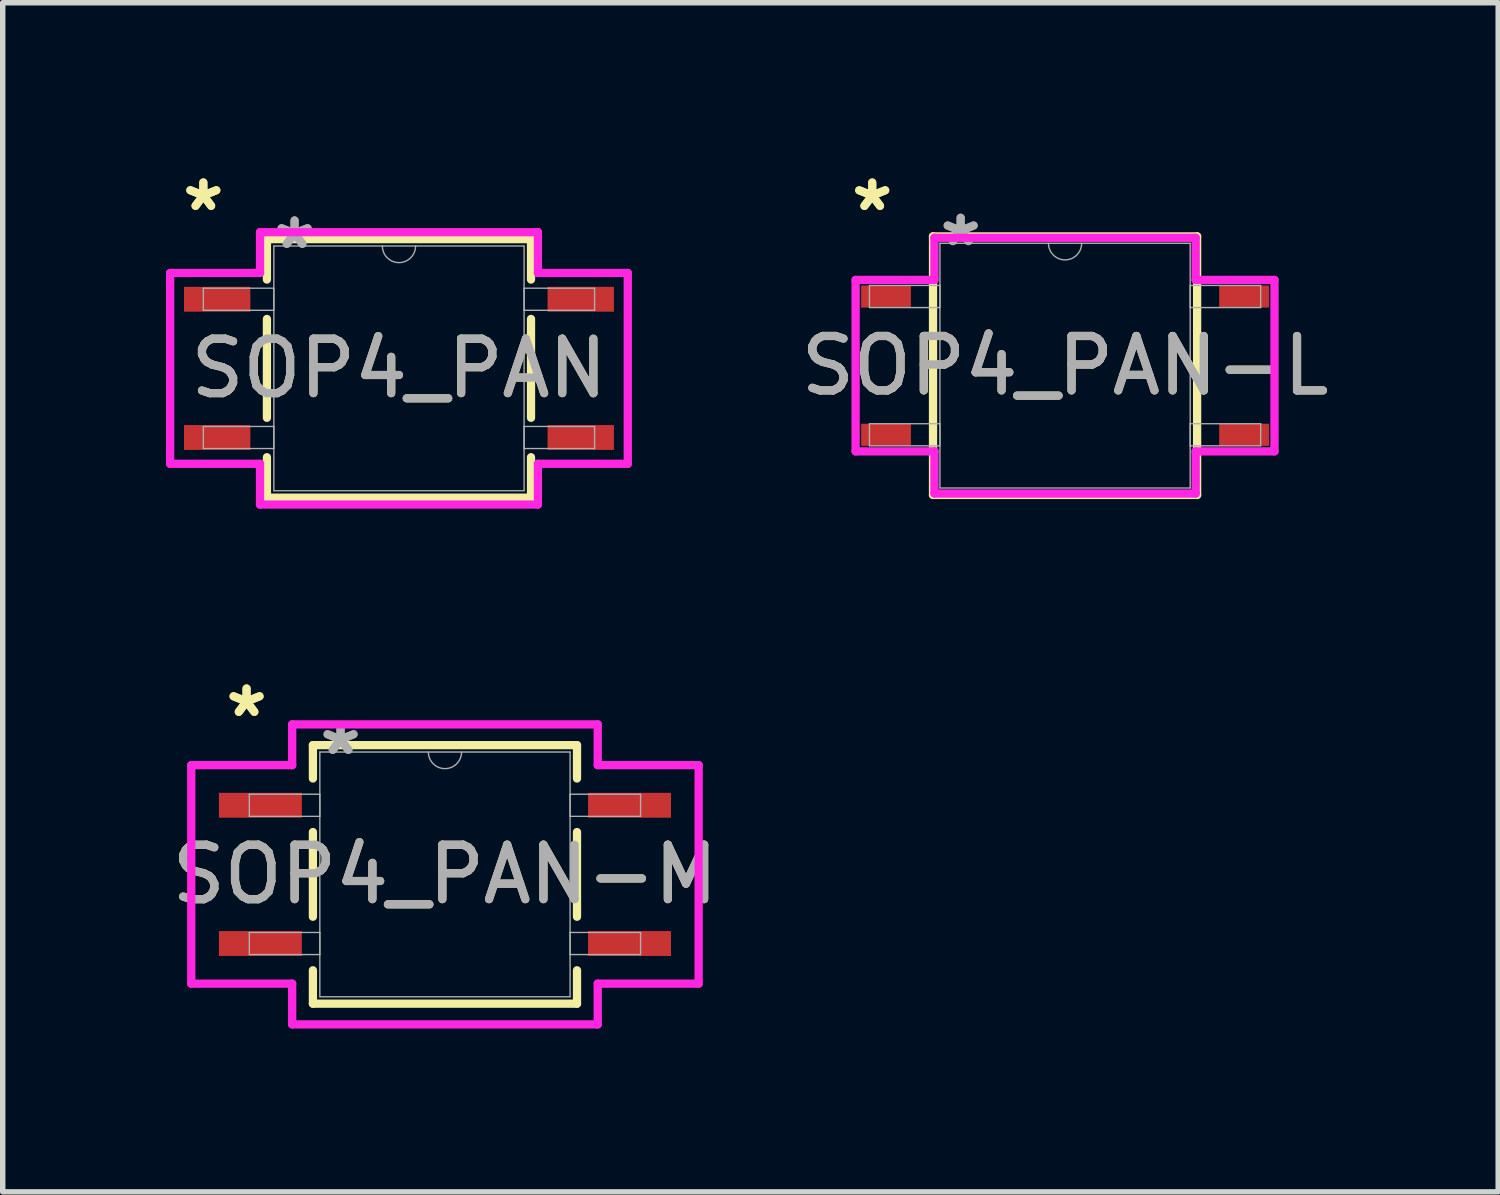
<source format=kicad_pcb>
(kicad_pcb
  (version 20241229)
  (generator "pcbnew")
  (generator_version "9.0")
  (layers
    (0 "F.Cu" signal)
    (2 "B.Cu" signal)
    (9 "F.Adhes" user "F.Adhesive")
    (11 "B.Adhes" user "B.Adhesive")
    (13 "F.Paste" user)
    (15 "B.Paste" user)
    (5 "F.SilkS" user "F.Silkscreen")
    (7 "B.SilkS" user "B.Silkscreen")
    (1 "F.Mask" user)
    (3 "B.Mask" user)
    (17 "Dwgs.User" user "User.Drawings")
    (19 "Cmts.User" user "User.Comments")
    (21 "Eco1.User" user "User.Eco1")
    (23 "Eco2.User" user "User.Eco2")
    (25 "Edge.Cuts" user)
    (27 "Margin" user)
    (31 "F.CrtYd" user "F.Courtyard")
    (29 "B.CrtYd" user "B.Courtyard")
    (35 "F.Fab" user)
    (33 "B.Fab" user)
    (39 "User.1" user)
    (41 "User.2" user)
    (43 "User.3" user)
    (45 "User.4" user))
  (footprint "SOP4_PAN"
    (layer "F.Cu")
    (at 4.28 3.718)
    (property "Reference" "SOP4_PAN" (at 0 0 0) (unlocked yes) (layer "F.SilkS") (effects (font (size 1 1) (thickness 0.15))))
    (attr smd)
    (fp_line (start -2.426 -2.375) (end -2.426 -1.632) (stroke (width 0.152) (type solid)) (layer "F.SilkS"))
    (fp_line (start -2.426 -0.908) (end -2.426 0.908) (stroke (width 0.152) (type solid)) (layer "F.SilkS"))
    (fp_line (start -2.426 1.632) (end -2.426 2.375) (stroke (width 0.152) (type solid)) (layer "F.SilkS"))
    (fp_line (start -2.426 2.375) (end 2.426 2.375) (stroke (width 0.152) (type solid)) (layer "F.SilkS"))
    (fp_line (start 2.426 -2.375) (end -2.426 -2.375) (stroke (width 0.152) (type solid)) (layer "F.SilkS"))
    (fp_line (start 2.426 -1.632) (end 2.426 -2.375) (stroke (width 0.152) (type solid)) (layer "F.SilkS"))
    (fp_line (start 2.426 0.908) (end 2.426 -0.908) (stroke (width 0.152) (type solid)) (layer "F.SilkS"))
    (fp_line (start 2.426 2.375) (end 2.426 1.632) (stroke (width 0.152) (type solid)) (layer "F.SilkS"))
    (fp_line (start -4.204 -1.753) (end -2.553 -1.753) (stroke (width 0.152) (type solid)) (layer "F.CrtYd"))
    (fp_line (start -4.204 1.753) (end -4.204 -1.753) (stroke (width 0.152) (type solid)) (layer "F.CrtYd"))
    (fp_line (start -4.204 1.753) (end -2.553 1.753) (stroke (width 0.152) (type solid)) (layer "F.CrtYd"))
    (fp_line (start -2.553 -2.502) (end 2.553 -2.502) (stroke (width 0.152) (type solid)) (layer "F.CrtYd"))
    (fp_line (start -2.553 -1.753) (end -2.553 -2.502) (stroke (width 0.152) (type solid)) (layer "F.CrtYd"))
    (fp_line (start -2.553 2.502) (end -2.553 1.753) (stroke (width 0.152) (type solid)) (layer "F.CrtYd"))
    (fp_line (start 2.553 -2.502) (end 2.553 -1.753) (stroke (width 0.152) (type solid)) (layer "F.CrtYd"))
    (fp_line (start 2.553 1.753) (end 2.553 2.502) (stroke (width 0.152) (type solid)) (layer "F.CrtYd"))
    (fp_line (start 2.553 2.502) (end -2.553 2.502) (stroke (width 0.152) (type solid)) (layer "F.CrtYd"))
    (fp_line (start 4.204 -1.753) (end 2.553 -1.753) (stroke (width 0.152) (type solid)) (layer "F.CrtYd"))
    (fp_line (start 4.204 -1.753) (end 4.204 1.753) (stroke (width 0.152) (type solid)) (layer "F.CrtYd"))
    (fp_line (start 4.204 1.753) (end 2.553 1.753) (stroke (width 0.152) (type solid)) (layer "F.CrtYd"))
    (fp_line (start -3.594 -1.473) (end -3.594 -1.067) (stroke (width 0.025) (type solid)) (layer "F.Fab"))
    (fp_line (start -3.594 -1.067) (end -2.299 -1.067) (stroke (width 0.025) (type solid)) (layer "F.Fab"))
    (fp_line (start -3.594 1.067) (end -3.594 1.473) (stroke (width 0.025) (type solid)) (layer "F.Fab"))
    (fp_line (start -3.594 1.473) (end -2.299 1.473) (stroke (width 0.025) (type solid)) (layer "F.Fab"))
    (fp_line (start -2.299 -2.248) (end -2.299 2.248) (stroke (width 0.025) (type solid)) (layer "F.Fab"))
    (fp_line (start -2.299 -1.473) (end -3.594 -1.473) (stroke (width 0.025) (type solid)) (layer "F.Fab"))
    (fp_line (start -2.299 -1.067) (end -2.299 -1.473) (stroke (width 0.025) (type solid)) (layer "F.Fab"))
    (fp_line (start -2.299 1.067) (end -3.594 1.067) (stroke (width 0.025) (type solid)) (layer "F.Fab"))
    (fp_line (start -2.299 1.473) (end -2.299 1.067) (stroke (width 0.025) (type solid)) (layer "F.Fab"))
    (fp_line (start -2.299 2.248) (end 2.299 2.248) (stroke (width 0.025) (type solid)) (layer "F.Fab"))
    (fp_line (start 2.299 -2.248) (end -2.299 -2.248) (stroke (width 0.025) (type solid)) (layer "F.Fab"))
    (fp_line (start 2.299 -1.473) (end 2.299 -1.067) (stroke (width 0.025) (type solid)) (layer "F.Fab"))
    (fp_line (start 2.299 -1.067) (end 3.594 -1.067) (stroke (width 0.025) (type solid)) (layer "F.Fab"))
    (fp_line (start 2.299 1.067) (end 2.299 1.473) (stroke (width 0.025) (type solid)) (layer "F.Fab"))
    (fp_line (start 2.299 1.473) (end 3.594 1.473) (stroke (width 0.025) (type solid)) (layer "F.Fab"))
    (fp_line (start 2.299 2.248) (end 2.299 -2.248) (stroke (width 0.025) (type solid)) (layer "F.Fab"))
    (fp_line (start 3.594 -1.473) (end 2.299 -1.473) (stroke (width 0.025) (type solid)) (layer "F.Fab"))
    (fp_line (start 3.594 -1.067) (end 3.594 -1.473) (stroke (width 0.025) (type solid)) (layer "F.Fab"))
    (fp_line (start 3.594 1.067) (end 2.299 1.067) (stroke (width 0.025) (type solid)) (layer "F.Fab"))
    (fp_line (start 3.594 1.473) (end 3.594 1.067) (stroke (width 0.025) (type solid)) (layer "F.Fab"))
    (fp_arc (start 0.3048 -2.2479) (mid 0 -1.9431) (end -0.3048 -2.2479) (stroke (width 0.0254) (type solid)) (layer "F.Fab"))
    (fp_text user "*" (at -3.594 -2.87 0) (unlocked yes) (layer "F.SilkS") (effects (font (size 1 1) (thickness 0.15))))
    (fp_text user "*" (at -3.594 -2.87 0) (layer "F.SilkS") (effects (font (size 1 1) (thickness 0.15))))
    (fp_text user "*" (at -1.918 -2.172 0) (unlocked yes) (layer "F.Fab") (effects (font (size 1 1) (thickness 0.15))))
    (fp_text user "${REFERENCE}" (at 0 0 0) (unlocked yes) (layer "F.Fab") (effects (font (size 1 1) (thickness 0.15))))
    (fp_text user "*" (at -1.918 -2.172 0) (layer "F.Fab") (effects (font (size 1 1) (thickness 0.15))))
    (pad "1" smd rect (at -3.34 -1.27) (size 1.219 0.457) (layers "F.Cu" "F.Mask" "F.Paste"))
    (pad "2" smd rect (at -3.34 1.27) (size 1.219 0.457) (layers "F.Cu" "F.Mask" "F.Paste"))
    (pad "3" smd rect (at 3.34 1.27) (size 1.219 0.457) (layers "F.Cu" "F.Mask" "F.Paste"))
    (pad "4" smd rect (at 3.34 -1.27) (size 1.219 0.457) (layers "F.Cu" "F.Mask" "F.Paste")))
  (footprint "SOP4_PAN-M"
    (layer "F.Cu")
    (at 5.125 13.015)
    (property "Reference" "SOP4_PAN-M" (at 0 0 0) (unlocked yes) (layer "F.SilkS") (effects (font (size 1 1) (thickness 0.15))))
    (attr smd)
    (fp_line (start -2.426 -2.375) (end -2.426 -1.762) (stroke (width 0.152) (type solid)) (layer "F.SilkS"))
    (fp_line (start -2.426 -0.778) (end -2.426 0.778) (stroke (width 0.152) (type solid)) (layer "F.SilkS"))
    (fp_line (start -2.426 1.762) (end -2.426 2.375) (stroke (width 0.152) (type solid)) (layer "F.SilkS"))
    (fp_line (start -2.426 2.375) (end 2.426 2.375) (stroke (width 0.152) (type solid)) (layer "F.SilkS"))
    (fp_line (start 2.426 -2.375) (end -2.426 -2.375) (stroke (width 0.152) (type solid)) (layer "F.SilkS"))
    (fp_line (start 2.426 -1.762) (end 2.426 -2.375) (stroke (width 0.152) (type solid)) (layer "F.SilkS"))
    (fp_line (start 2.426 0.778) (end 2.426 -0.778) (stroke (width 0.152) (type solid)) (layer "F.SilkS"))
    (fp_line (start 2.426 2.375) (end 2.426 1.762) (stroke (width 0.152) (type solid)) (layer "F.SilkS"))
    (fp_line (start -4.661 -2.007) (end -2.807 -2.007) (stroke (width 0.152) (type solid)) (layer "F.CrtYd"))
    (fp_line (start -4.661 2.007) (end -4.661 -2.007) (stroke (width 0.152) (type solid)) (layer "F.CrtYd"))
    (fp_line (start -4.661 2.007) (end -2.807 2.007) (stroke (width 0.152) (type solid)) (layer "F.CrtYd"))
    (fp_line (start -2.807 -2.756) (end 2.807 -2.756) (stroke (width 0.152) (type solid)) (layer "F.CrtYd"))
    (fp_line (start -2.807 -2.007) (end -2.807 -2.756) (stroke (width 0.152) (type solid)) (layer "F.CrtYd"))
    (fp_line (start -2.807 2.756) (end -2.807 2.007) (stroke (width 0.152) (type solid)) (layer "F.CrtYd"))
    (fp_line (start 2.807 -2.756) (end 2.807 -2.007) (stroke (width 0.152) (type solid)) (layer "F.CrtYd"))
    (fp_line (start 2.807 2.007) (end 2.807 2.756) (stroke (width 0.152) (type solid)) (layer "F.CrtYd"))
    (fp_line (start 2.807 2.756) (end -2.807 2.756) (stroke (width 0.152) (type solid)) (layer "F.CrtYd"))
    (fp_line (start 4.661 -2.007) (end 2.807 -2.007) (stroke (width 0.152) (type solid)) (layer "F.CrtYd"))
    (fp_line (start 4.661 -2.007) (end 4.661 2.007) (stroke (width 0.152) (type solid)) (layer "F.CrtYd"))
    (fp_line (start 4.661 2.007) (end 2.807 2.007) (stroke (width 0.152) (type solid)) (layer "F.CrtYd"))
    (fp_line (start -3.594 -1.473) (end -3.594 -1.067) (stroke (width 0.025) (type solid)) (layer "F.Fab"))
    (fp_line (start -3.594 -1.067) (end -2.299 -1.067) (stroke (width 0.025) (type solid)) (layer "F.Fab"))
    (fp_line (start -3.594 1.067) (end -3.594 1.473) (stroke (width 0.025) (type solid)) (layer "F.Fab"))
    (fp_line (start -3.594 1.473) (end -2.299 1.473) (stroke (width 0.025) (type solid)) (layer "F.Fab"))
    (fp_line (start -2.299 -2.248) (end -2.299 2.248) (stroke (width 0.025) (type solid)) (layer "F.Fab"))
    (fp_line (start -2.299 -1.473) (end -3.594 -1.473) (stroke (width 0.025) (type solid)) (layer "F.Fab"))
    (fp_line (start -2.299 -1.067) (end -2.299 -1.473) (stroke (width 0.025) (type solid)) (layer "F.Fab"))
    (fp_line (start -2.299 1.067) (end -3.594 1.067) (stroke (width 0.025) (type solid)) (layer "F.Fab"))
    (fp_line (start -2.299 1.473) (end -2.299 1.067) (stroke (width 0.025) (type solid)) (layer "F.Fab"))
    (fp_line (start -2.299 2.248) (end 2.299 2.248) (stroke (width 0.025) (type solid)) (layer "F.Fab"))
    (fp_line (start 2.299 -2.248) (end -2.299 -2.248) (stroke (width 0.025) (type solid)) (layer "F.Fab"))
    (fp_line (start 2.299 -1.473) (end 2.299 -1.067) (stroke (width 0.025) (type solid)) (layer "F.Fab"))
    (fp_line (start 2.299 -1.067) (end 3.594 -1.067) (stroke (width 0.025) (type solid)) (layer "F.Fab"))
    (fp_line (start 2.299 1.067) (end 2.299 1.473) (stroke (width 0.025) (type solid)) (layer "F.Fab"))
    (fp_line (start 2.299 1.473) (end 3.594 1.473) (stroke (width 0.025) (type solid)) (layer "F.Fab"))
    (fp_line (start 2.299 2.248) (end 2.299 -2.248) (stroke (width 0.025) (type solid)) (layer "F.Fab"))
    (fp_line (start 3.594 -1.473) (end 2.299 -1.473) (stroke (width 0.025) (type solid)) (layer "F.Fab"))
    (fp_line (start 3.594 -1.067) (end 3.594 -1.473) (stroke (width 0.025) (type solid)) (layer "F.Fab"))
    (fp_line (start 3.594 1.067) (end 2.299 1.067) (stroke (width 0.025) (type solid)) (layer "F.Fab"))
    (fp_line (start 3.594 1.473) (end 3.594 1.067) (stroke (width 0.025) (type solid)) (layer "F.Fab"))
    (fp_arc (start 0.3048 -2.2479) (mid 0 -1.9431) (end -0.3048 -2.2479) (stroke (width 0.0254) (type solid)) (layer "F.Fab"))
    (fp_text user "*" (at -3.645 -2.87 0) (unlocked yes) (layer "F.SilkS") (effects (font (size 1 1) (thickness 0.15))))
    (fp_text user "*" (at -3.645 -2.87 0) (layer "F.SilkS") (effects (font (size 1 1) (thickness 0.15))))
    (fp_text user "${REFERENCE}" (at 0 0 0) (unlocked yes) (layer "F.Fab") (effects (font (size 1 1) (thickness 0.15))))
    (fp_text user "*" (at -1.918 -2.172 0) (layer "F.Fab") (effects (font (size 1 1) (thickness 0.15))))
    (fp_text user "*" (at -1.918 -2.172 0) (unlocked yes) (layer "F.Fab") (effects (font (size 1 1) (thickness 0.15))))
    (pad "1" smd rect (at -3.391 -1.27) (size 1.524 0.457) (layers "F.Cu" "F.Mask" "F.Paste"))
    (pad "2" smd rect (at -3.391 1.27) (size 1.524 0.457) (layers "F.Cu" "F.Mask" "F.Paste"))
    (pad "3" smd rect (at 3.391 1.27) (size 1.524 0.457) (layers "F.Cu" "F.Mask" "F.Paste"))
    (pad "4" smd rect (at 3.391 -1.27) (size 1.524 0.457) (layers "F.Cu" "F.Mask" "F.Paste")))
  (footprint "SOP4_PAN-L"
    (layer "F.Cu")
    (at 16.518 3.668)
    (property "Reference" "SOP4_PAN-L" (at 0 0 0) (unlocked yes) (layer "F.SilkS") (effects (font (size 1 1) (thickness 0.15))))
    (attr smd)
    (fp_line (start -2.426 -2.375) (end -2.426 2.375) (stroke (width 0.152) (type solid)) (layer "F.SilkS"))
    (fp_line (start -2.426 2.375) (end 2.426 2.375) (stroke (width 0.152) (type solid)) (layer "F.SilkS"))
    (fp_line (start 2.426 -2.375) (end -2.426 -2.375) (stroke (width 0.152) (type solid)) (layer "F.SilkS"))
    (fp_line (start 2.426 2.375) (end 2.426 -2.375) (stroke (width 0.152) (type solid)) (layer "F.SilkS"))
    (fp_line (start -3.848 -1.575) (end -2.4 -1.575) (stroke (width 0.152) (type solid)) (layer "F.CrtYd"))
    (fp_line (start -3.848 1.575) (end -3.848 -1.575) (stroke (width 0.152) (type solid)) (layer "F.CrtYd"))
    (fp_line (start -3.848 1.575) (end -2.4 1.575) (stroke (width 0.152) (type solid)) (layer "F.CrtYd"))
    (fp_line (start -2.4 -2.349) (end 2.4 -2.349) (stroke (width 0.152) (type solid)) (layer "F.CrtYd"))
    (fp_line (start -2.4 -1.575) (end -2.4 -2.349) (stroke (width 0.152) (type solid)) (layer "F.CrtYd"))
    (fp_line (start -2.4 2.349) (end -2.4 1.575) (stroke (width 0.152) (type solid)) (layer "F.CrtYd"))
    (fp_line (start 2.4 -2.349) (end 2.4 -1.575) (stroke (width 0.152) (type solid)) (layer "F.CrtYd"))
    (fp_line (start 2.4 1.575) (end 2.4 2.349) (stroke (width 0.152) (type solid)) (layer "F.CrtYd"))
    (fp_line (start 2.4 2.349) (end -2.4 2.349) (stroke (width 0.152) (type solid)) (layer "F.CrtYd"))
    (fp_line (start 3.848 -1.575) (end 2.4 -1.575) (stroke (width 0.152) (type solid)) (layer "F.CrtYd"))
    (fp_line (start 3.848 -1.575) (end 3.848 1.575) (stroke (width 0.152) (type solid)) (layer "F.CrtYd"))
    (fp_line (start 3.848 1.575) (end 2.4 1.575) (stroke (width 0.152) (type solid)) (layer "F.CrtYd"))
    (fp_line (start -3.594 -1.473) (end -3.594 -1.067) (stroke (width 0.025) (type solid)) (layer "F.Fab"))
    (fp_line (start -3.594 -1.067) (end -2.299 -1.067) (stroke (width 0.025) (type solid)) (layer "F.Fab"))
    (fp_line (start -3.594 1.067) (end -3.594 1.473) (stroke (width 0.025) (type solid)) (layer "F.Fab"))
    (fp_line (start -3.594 1.473) (end -2.299 1.473) (stroke (width 0.025) (type solid)) (layer "F.Fab"))
    (fp_line (start -2.299 -2.248) (end -2.299 2.248) (stroke (width 0.025) (type solid)) (layer "F.Fab"))
    (fp_line (start -2.299 -1.473) (end -3.594 -1.473) (stroke (width 0.025) (type solid)) (layer "F.Fab"))
    (fp_line (start -2.299 -1.067) (end -2.299 -1.473) (stroke (width 0.025) (type solid)) (layer "F.Fab"))
    (fp_line (start -2.299 1.067) (end -3.594 1.067) (stroke (width 0.025) (type solid)) (layer "F.Fab"))
    (fp_line (start -2.299 1.473) (end -2.299 1.067) (stroke (width 0.025) (type solid)) (layer "F.Fab"))
    (fp_line (start -2.299 2.248) (end 2.299 2.248) (stroke (width 0.025) (type solid)) (layer "F.Fab"))
    (fp_line (start 2.299 -2.248) (end -2.299 -2.248) (stroke (width 0.025) (type solid)) (layer "F.Fab"))
    (fp_line (start 2.299 -1.473) (end 2.299 -1.067) (stroke (width 0.025) (type solid)) (layer "F.Fab"))
    (fp_line (start 2.299 -1.067) (end 3.594 -1.067) (stroke (width 0.025) (type solid)) (layer "F.Fab"))
    (fp_line (start 2.299 1.067) (end 2.299 1.473) (stroke (width 0.025) (type solid)) (layer "F.Fab"))
    (fp_line (start 2.299 1.473) (end 3.594 1.473) (stroke (width 0.025) (type solid)) (layer "F.Fab"))
    (fp_line (start 2.299 2.248) (end 2.299 -2.248) (stroke (width 0.025) (type solid)) (layer "F.Fab"))
    (fp_line (start 3.594 -1.473) (end 2.299 -1.473) (stroke (width 0.025) (type solid)) (layer "F.Fab"))
    (fp_line (start 3.594 -1.067) (end 3.594 -1.473) (stroke (width 0.025) (type solid)) (layer "F.Fab"))
    (fp_line (start 3.594 1.067) (end 2.299 1.067) (stroke (width 0.025) (type solid)) (layer "F.Fab"))
    (fp_line (start 3.594 1.473) (end 3.594 1.067) (stroke (width 0.025) (type solid)) (layer "F.Fab"))
    (fp_arc (start 0.3048 -2.2479) (mid 0 -1.9431) (end -0.3048 -2.2479) (stroke (width 0.0254) (type solid)) (layer "F.Fab"))
    (fp_text user "*" (at -3.543 -2.819 0) (unlocked yes) (layer "F.SilkS") (effects (font (size 1 1) (thickness 0.15))))
    (fp_text user "*" (at -3.543 -2.819 0) (layer "F.SilkS") (effects (font (size 1 1) (thickness 0.15))))
    (fp_text user "*" (at -1.918 -2.172 0) (layer "F.Fab") (effects (font (size 1 1) (thickness 0.15))))
    (fp_text user "${REFERENCE}" (at 0 0 0) (unlocked yes) (layer "F.Fab") (effects (font (size 1 1) (thickness 0.15))))
    (fp_text user "*" (at -1.918 -2.172 0) (unlocked yes) (layer "F.Fab") (effects (font (size 1 1) (thickness 0.15))))
    (pad "1" smd rect (at -3.289 -1.27) (size 0.914 0.406) (layers "F.Cu" "F.Mask" "F.Paste"))
    (pad "2" smd rect (at -3.289 1.27) (size 0.914 0.406) (layers "F.Cu" "F.Mask" "F.Paste"))
    (pad "3" smd rect (at 3.289 1.27) (size 0.914 0.406) (layers "F.Cu" "F.Mask" "F.Paste"))
    (pad "4" smd rect (at 3.289 -1.27) (size 0.914 0.406) (layers "F.Cu" "F.Mask" "F.Paste")))
  (gr_rect
    (start -3 -3)
    (end 24.476 18.847)
    (stroke (width 0.1) (type default))
    (fill no)
    (layer "Edge.Cuts")))
</source>
